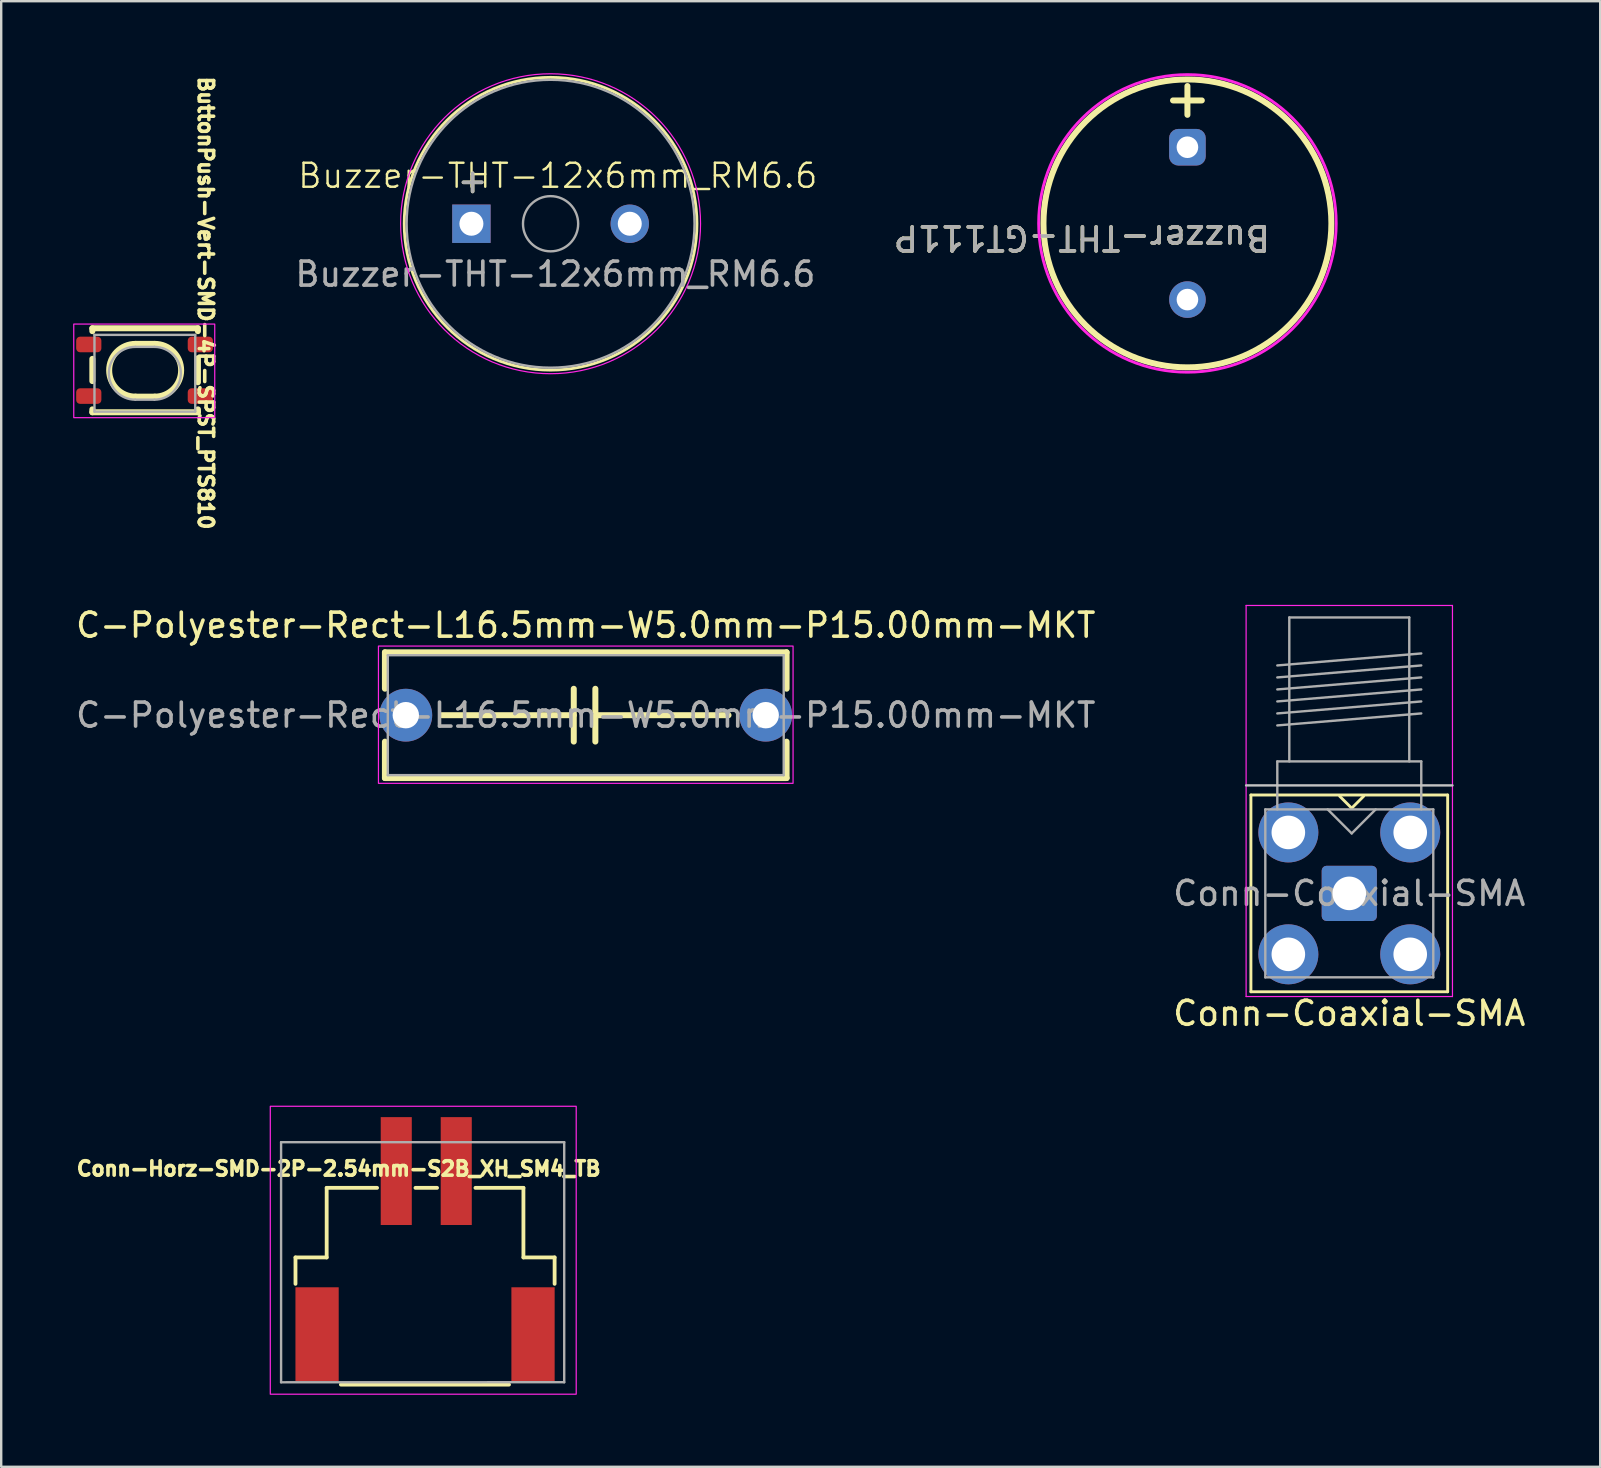
<source format=kicad_pcb>
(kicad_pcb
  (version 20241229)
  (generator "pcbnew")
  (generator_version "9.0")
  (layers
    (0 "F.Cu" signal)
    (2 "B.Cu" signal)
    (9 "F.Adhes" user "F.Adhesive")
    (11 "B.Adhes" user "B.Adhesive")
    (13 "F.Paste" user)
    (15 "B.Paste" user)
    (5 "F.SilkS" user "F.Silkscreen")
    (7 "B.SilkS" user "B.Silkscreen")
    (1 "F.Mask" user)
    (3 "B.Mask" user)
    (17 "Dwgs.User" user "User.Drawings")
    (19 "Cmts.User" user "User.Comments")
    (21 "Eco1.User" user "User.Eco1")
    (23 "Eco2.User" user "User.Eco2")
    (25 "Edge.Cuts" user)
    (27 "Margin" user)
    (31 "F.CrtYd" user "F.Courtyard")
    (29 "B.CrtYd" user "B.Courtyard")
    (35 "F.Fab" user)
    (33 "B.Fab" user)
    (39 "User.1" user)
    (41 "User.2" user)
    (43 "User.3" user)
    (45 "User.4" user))
  (footprint "Buzzer-THT-GT111P"
    (layer "F.Cu")
    (at 46.439 6.261)
    (property "Reference" "Buzzer-THT-GT111P" (at -4.4 0.6 180) (unlocked yes) (layer "F.SilkS") (effects (font (size 1 1) (thickness 0.15))))
    (attr through_hole)
    (fp_line (start 0 -5.725) (end 0 -4.525) (stroke (width 0.25) (type solid)) (layer "F.SilkS"))
    (fp_line (start 0.6 -5.125) (end -0.6 -5.125) (stroke (width 0.25) (type solid)) (layer "F.SilkS"))
    (fp_circle (center 0 0) (end 6 0) (stroke (width 0.25) (type solid)) (fill no) (layer "F.SilkS"))
    (fp_circle (center 0 0) (end 6.2 0.1) (stroke (width 0.12) (type solid)) (fill no) (layer "F.CrtYd"))
    (fp_text user "${REFERENCE}" (at -4.4 0.6 180) (unlocked yes) (layer "F.Fab") (effects (font (size 1 1) (thickness 0.15))))
    (pad "1" thru_hole roundrect (at 0 -3.175) (size 1.524 1.524) (drill 0.9) (layers "*.Cu" "*.Mask") (roundrect_rratio 0.25))
    (pad "2" thru_hole circle (at 0 3.175) (size 1.524 1.524) (drill 0.9) (layers "*.Cu" "*.Mask")))
  (footprint "Conn-Horz-SMD-2P-2.54mm-S2B_XH_SM4_TB"
    (layer "F.Cu")
    (at 14.815 49.707)
    (property "Reference" "Conn-Horz-SMD-2P-2.54mm-S2B_XH_SM4_TB" (at -3.75 -4.05 0) (layer "F.SilkS") (effects (font (size 0.6 0.6) (thickness 0.15))))
    (attr smd)
    (fp_line (start -5.55 -0.35) (end -5.55 0.75) (stroke (width 0.159) (type solid)) (layer "F.SilkS"))
    (fp_line (start -5.55 -0.35) (end -4.25 -0.35) (stroke (width 0.159) (type solid)) (layer "F.SilkS"))
    (fp_line (start -4.25 -3.25) (end -2.15 -3.25) (stroke (width 0.159) (type solid)) (layer "F.SilkS"))
    (fp_line (start -4.25 -0.35) (end -4.25 -3.25) (stroke (width 0.159) (type solid)) (layer "F.SilkS"))
    (fp_line (start -3.658 4.95) (end 3.35 4.95) (stroke (width 0.159) (type solid)) (layer "F.SilkS"))
    (fp_line (start -0.55 -3.25) (end 0.35 -3.25) (stroke (width 0.159) (type solid)) (layer "F.SilkS"))
    (fp_line (start 3.95 -3.25) (end 1.95 -3.25) (stroke (width 0.159) (type solid)) (layer "F.SilkS"))
    (fp_line (start 3.95 -0.35) (end 3.95 -3.25) (stroke (width 0.159) (type solid)) (layer "F.SilkS"))
    (fp_line (start 5.25 -0.35) (end 3.95 -0.35) (stroke (width 0.159) (type solid)) (layer "F.SilkS"))
    (fp_line (start 5.25 -0.35) (end 5.25 0.75) (stroke (width 0.159) (type solid)) (layer "F.SilkS"))
    (fp_rect (start -6.6 -6.65) (end 6.15 5.35) (stroke (width 0.05) (type solid)) (fill no) (layer "F.CrtYd"))
    (fp_line (start -6.15 -5.154) (end -6.15 4.854) (stroke (width 0.1) (type solid)) (layer "F.Fab"))
    (fp_line (start -6.15 4.854) (end 5.65 4.85) (stroke (width 0.1) (type solid)) (layer "F.Fab"))
    (fp_line (start 5.65 -5.154) (end -6.15 -5.154) (stroke (width 0.1) (type solid)) (layer "F.Fab"))
    (fp_line (start 5.65 4.854) (end 5.65 -5.154) (stroke (width 0.1) (type solid)) (layer "F.Fab"))
    (pad "1" smd rect (at -1.35 -3.95) (size 1.295 4.496) (layers "F.Cu" "F.Mask" "F.Paste"))
    (pad "2" smd rect (at 1.15 -3.95) (size 1.295 4.496) (layers "F.Cu" "F.Mask" "F.Paste"))
    (pad "S" smd rect (at -4.65 2.85 90) (size 3.912 1.803) (layers "F.Cu" "F.Mask" "F.Paste"))
    (pad "S" smd rect (at 4.35 2.85 90) (size 3.912 1.803) (layers "F.Cu" "F.Mask" "F.Paste")))
  (footprint "Conn-Coaxial-SMA"
    (layer "F.Cu")
    (at 53.185 34.184)
    (property "Reference" "Conn-Coaxial-SMA" (at 0 5 0) (unlocked yes) (layer "F.SilkS") (effects (font (size 1 1) (thickness 0.15))))
    (attr through_hole)
    (fp_line (start -4.1 -4.1) (end -4.1 4.1) (stroke (width 0.12) (type solid)) (layer "F.SilkS"))
    (fp_line (start -4.1 -4.1) (end 4.1 -4.1) (stroke (width 0.12) (type solid)) (layer "F.SilkS"))
    (fp_line (start -4.1 4.1) (end 4.1 4.1) (stroke (width 0.12) (type solid)) (layer "F.SilkS"))
    (fp_line (start -0.4 -4.05) (end 0.1 -3.55) (stroke (width 0.12) (type solid)) (layer "F.SilkS"))
    (fp_line (start 0.1 -3.55) (end 0.6 -4.05) (stroke (width 0.12) (type solid)) (layer "F.SilkS"))
    (fp_line (start 4.1 -4.1) (end 4.1 4.1) (stroke (width 0.12) (type solid)) (layer "F.SilkS"))
    (fp_line (start 4.3 -4.5) (end -4.3 -4.5) (stroke (width 0.1) (type solid)) (layer "Dwgs.User"))
    (fp_line (start -4.3 -12) (end -4.3 4.3) (stroke (width 0.05) (type solid)) (layer "F.CrtYd"))
    (fp_line (start -4.3 -12) (end 4.3 -12) (stroke (width 0.05) (type solid)) (layer "F.CrtYd"))
    (fp_line (start 4.3 4.3) (end -4.3 4.3) (stroke (width 0.05) (type solid)) (layer "F.CrtYd"))
    (fp_line (start 4.3 4.3) (end 4.3 -12) (stroke (width 0.05) (type solid)) (layer "F.CrtYd"))
    (fp_line (start -3.5 -3.5) (end -3.5 3.5) (stroke (width 0.1) (type solid)) (layer "F.Fab"))
    (fp_line (start -3.5 -3.5) (end 3.5 -3.5) (stroke (width 0.1) (type solid)) (layer "F.Fab"))
    (fp_line (start -3.5 3.5) (end 3.5 3.5) (stroke (width 0.1) (type solid)) (layer "F.Fab"))
    (fp_line (start -3 -9.5) (end 3 -10) (stroke (width 0.1) (type solid)) (layer "F.Fab"))
    (fp_line (start -3 -9) (end 3 -9.5) (stroke (width 0.1) (type solid)) (layer "F.Fab"))
    (fp_line (start -3 -8.5) (end 3 -9) (stroke (width 0.1) (type solid)) (layer "F.Fab"))
    (fp_line (start -3 -8) (end 3 -8.5) (stroke (width 0.1) (type solid)) (layer "F.Fab"))
    (fp_line (start -3 -7.5) (end 3 -8) (stroke (width 0.1) (type solid)) (layer "F.Fab"))
    (fp_line (start -3 -7) (end 3 -7.5) (stroke (width 0.1) (type solid)) (layer "F.Fab"))
    (fp_line (start -3 -5.5) (end -3 -3.5) (stroke (width 0.1) (type solid)) (layer "F.Fab"))
    (fp_line (start -2.5 -11.5) (end -2.5 -5.5) (stroke (width 0.1) (type solid)) (layer "F.Fab"))
    (fp_line (start -2.5 -11.5) (end 2.5 -11.5) (stroke (width 0.1) (type solid)) (layer "F.Fab"))
    (fp_line (start 0.1 -2.5) (end -0.9 -3.5) (stroke (width 0.1) (type solid)) (layer "F.Fab"))
    (fp_line (start 1.1 -3.5) (end 0.1 -2.5) (stroke (width 0.1) (type solid)) (layer "F.Fab"))
    (fp_line (start 2.5 -11.5) (end 2.5 -5.5) (stroke (width 0.1) (type solid)) (layer "F.Fab"))
    (fp_line (start 3 -5.5) (end -3 -5.5) (stroke (width 0.1) (type solid)) (layer "F.Fab"))
    (fp_line (start 3 -5.5) (end 3 -3.5) (stroke (width 0.1) (type solid)) (layer "F.Fab"))
    (fp_line (start 3.5 -3.5) (end 3.5 3.5) (stroke (width 0.1) (type solid)) (layer "F.Fab"))
    (fp_text user "${REFERENCE}" (at 0 0 0) (unlocked yes) (layer "F.Fab") (effects (font (size 1 1) (thickness 0.15))))
    (pad "1" thru_hole roundrect (at 0 0) (size 2.3 2.3) (drill 1.4) (layers "*.Cu" "*.Mask") (remove_unused_layers yes) (keep_end_layers yes) (zone_layer_connections) (roundrect_rratio 0.087))
    (pad "2" thru_hole circle (at -2.54 -2.54) (size 2.5 2.5) (drill 1.4) (layers "*.Cu" "*.Mask") (remove_unused_layers yes) (keep_end_layers yes) (zone_layer_connections))
    (pad "2" thru_hole circle (at -2.54 2.54) (size 2.5 2.5) (drill 1.4) (layers "*.Cu" "*.Mask") (remove_unused_layers yes) (keep_end_layers yes) (zone_layer_connections))
    (pad "2" thru_hole circle (at 2.54 -2.54) (size 2.5 2.5) (drill 1.4) (layers "*.Cu" "*.Mask") (remove_unused_layers yes) (keep_end_layers yes) (zone_layer_connections))
    (pad "2" thru_hole circle (at 2.54 2.54) (size 2.5 2.5) (drill 1.4) (layers "*.Cu" "*.Mask") (remove_unused_layers yes) (keep_end_layers yes) (zone_layer_connections)))
  (footprint "Buzzer-THT-12x6mm_RM6.6"
    (layer "F.Cu")
    (at 19.897 6.275)
    (property "Reference" "Buzzer-THT-12x6mm_RM6.6" (at 0.3 -2 0) (unlocked yes) (layer "F.SilkS") (effects (font (size 1 1) (thickness 0.1))))
    (attr through_hole)
    (fp_circle (center 0 0) (end 6.1 0) (stroke (width 0.12) (type solid)) (fill no) (layer "F.SilkS"))
    (fp_circle (center 0 0) (end 6.25 0) (stroke (width 0.05) (type solid)) (fill no) (layer "F.CrtYd"))
    (fp_circle (center 0 0) (end 1.15 0) (stroke (width 0.1) (type solid)) (fill no) (layer "F.Fab"))
    (fp_circle (center 0 0) (end 6 0) (stroke (width 0.1) (type solid)) (fill no) (layer "F.Fab"))
    (fp_text user "+" (at -3.25 -1.8 0) (layer "F.SilkS") (effects (font (size 1 1) (thickness 0.15))))
    (fp_text user "+" (at -3.25 -1.8 0) (layer "F.Fab") (effects (font (size 1 1) (thickness 0.15))))
    (fp_text user "${REFERENCE}" (at 0.2 2.1 0) (unlocked yes) (layer "F.Fab") (effects (font (size 1 1) (thickness 0.15))))
    (pad "1" thru_hole rect (at -3.3 0) (size 1.6 1.6) (drill 1) (layers "*.Cu" "*.Mask"))
    (pad "2" thru_hole circle (at 3.3 0) (size 1.6 1.6) (drill 1) (layers "*.Cu" "*.Mask")))
  (footprint "C-Polyester-Rect-L16.5mm-W5.0mm-P15.00mm-MKT"
    (layer "F.Cu")
    (at 13.863 26.757)
    (property "Reference" "C-Polyester-Rect-L16.5mm-W5.0mm-P15.00mm-MKT" (at 7.5 -3.75 0) (layer "F.SilkS") (effects (font (size 1 1) (thickness 0.15))))
    (attr through_hole)
    (fp_line (start -0.87 -2.62) (end -0.87 -1.104) (stroke (width 0.25) (type solid)) (layer "F.SilkS"))
    (fp_line (start -0.87 -2.62) (end 15.87 -2.62) (stroke (width 0.25) (type solid)) (layer "F.SilkS"))
    (fp_line (start -0.87 1.104) (end -0.87 2.62) (stroke (width 0.25) (type solid)) (layer "F.SilkS"))
    (fp_line (start -0.87 2.62) (end 15.87 2.62) (stroke (width 0.25) (type solid)) (layer "F.SilkS"))
    (fp_line (start 1.5 0) (end 7 0) (stroke (width 0.25) (type solid)) (layer "F.SilkS"))
    (fp_line (start 7 -1.1) (end 7 1.1) (stroke (width 0.25) (type solid)) (layer "F.SilkS"))
    (fp_line (start 7.9 -1.1) (end 7.9 1.1) (stroke (width 0.25) (type solid)) (layer "F.SilkS"))
    (fp_line (start 13.45 0) (end 7.9 0) (stroke (width 0.25) (type solid)) (layer "F.SilkS"))
    (fp_line (start 15.87 -2.62) (end 15.87 -1.104) (stroke (width 0.25) (type solid)) (layer "F.SilkS"))
    (fp_line (start 15.87 1.104) (end 15.87 2.62) (stroke (width 0.25) (type solid)) (layer "F.SilkS"))
    (fp_rect (start -1.14 -2.88) (end 16.14 2.84) (stroke (width 0.05) (type solid)) (fill no) (layer "F.CrtYd"))
    (fp_line (start -0.75 -2.5) (end -0.75 2.5) (stroke (width 0.1) (type solid)) (layer "F.Fab"))
    (fp_line (start -0.75 2.5) (end 15.75 2.5) (stroke (width 0.1) (type solid)) (layer "F.Fab"))
    (fp_line (start 15.75 -2.5) (end -0.75 -2.5) (stroke (width 0.1) (type solid)) (layer "F.Fab"))
    (fp_line (start 15.75 2.5) (end 15.75 -2.5) (stroke (width 0.1) (type solid)) (layer "F.Fab"))
    (fp_text user "${REFERENCE}" (at 7.5 0 0) (layer "F.Fab") (effects (font (size 1 1) (thickness 0.15))))
    (pad "1" thru_hole circle (at 0 0) (size 2.2 2.2) (drill 1.1) (layers "*.Cu" "*.Mask"))
    (pad "2" thru_hole circle (at 15 0) (size 2.2 2.2) (drill 1.1) (layers "*.Cu" "*.Mask")))
  (footprint "ButtonPush-Vert-SMD-4P-SPST_PTS810"
    (layer "F.Cu")
    (at 2.962 12.407)
    (property "Reference" "ButtonPush-Vert-SMD-4P-SPST_PTS810" (at 2.562 -2.828 270) (unlocked yes) (layer "F.SilkS") (effects (font (size 0.6 0.6) (thickness 0.15))))
    (attr smd)
    (fp_line (start -2.163 -1.775) (end -2.163 -1.655) (stroke (width 0.25) (type solid)) (layer "F.SilkS"))
    (fp_line (start -2.163 -0.5) (end -2.163 0.425) (stroke (width 0.25) (type solid)) (layer "F.SilkS"))
    (fp_line (start -2.163 1.605) (end -2.163 1.725) (stroke (width 0.25) (type solid)) (layer "F.SilkS"))
    (fp_line (start -2.163 1.725) (end 2.237 1.725) (stroke (width 0.25) (type solid)) (layer "F.SilkS"))
    (fp_line (start -0.362 -1.125) (end 0.438 -1.125) (stroke (width 0.25) (type solid)) (layer "F.SilkS"))
    (fp_line (start 0.438 1.075) (end -0.362 1.075) (stroke (width 0.25) (type solid)) (layer "F.SilkS"))
    (fp_line (start 2.237 -1.775) (end -2.163 -1.775) (stroke (width 0.25) (type solid)) (layer "F.SilkS"))
    (fp_line (start 2.237 -1.655) (end 2.237 -1.775) (stroke (width 0.25) (type solid)) (layer "F.SilkS"))
    (fp_line (start 2.237 0.475) (end 2.237 -0.525) (stroke (width 0.25) (type solid)) (layer "F.SilkS"))
    (fp_line (start 2.237 1.725) (end 2.237 1.605) (stroke (width 0.25) (type solid)) (layer "F.SilkS"))
    (fp_arc (start -0.3625 1.075) (mid -1.4625 -0.025) (end -0.3625 -1.125) (stroke (width 0.25) (type solid)) (layer "F.SilkS"))
    (fp_arc (start 0.4375 -1.125) (mid 1.5375 -0.025) (end 0.4375 1.075) (stroke (width 0.25) (type solid)) (layer "F.SilkS"))
    (fp_rect (start -2.938 -1.95) (end 2.938 1.95) (stroke (width 0.05) (type solid)) (fill no) (layer "F.CrtYd"))
    (fp_line (start -2.075 -1.5) (end -2.075 1.7) (stroke (width 0.1) (type solid)) (layer "F.Fab"))
    (fp_line (start -2.075 1.7) (end 2.125 1.7) (stroke (width 0.1) (type solid)) (layer "F.Fab"))
    (fp_line (start -0.375 -1) (end 0.425 -1) (stroke (width 0.1) (type solid)) (layer "F.Fab"))
    (fp_line (start 0.425 1.2) (end -0.375 1.2) (stroke (width 0.1) (type solid)) (layer "F.Fab"))
    (fp_line (start 2.125 -1.5) (end -2.075 -1.5) (stroke (width 0.1) (type solid)) (layer "F.Fab"))
    (fp_line (start 2.125 1.7) (end 2.125 -1.5) (stroke (width 0.1) (type solid)) (layer "F.Fab"))
    (fp_arc (start -0.375 1.2) (mid -1.475 0.1) (end -0.375 -1) (stroke (width 0.1) (type solid)) (layer "F.Fab"))
    (fp_arc (start 0.425 -1) (mid 1.525 0.1) (end 0.425 1.2) (stroke (width 0.1) (type solid)) (layer "F.Fab"))
    (pad "1" smd roundrect (at -2.312 -1.1) (size 1.05 0.65) (layers "F.Cu" "F.Mask" "F.Paste") (roundrect_rratio 0.25))
    (pad "1" smd roundrect (at 2.337 -1.1) (size 1.05 0.65) (layers "F.Cu" "F.Mask" "F.Paste") (roundrect_rratio 0.25))
    (pad "2" smd roundrect (at -2.312 1.05) (size 1.05 0.65) (layers "F.Cu" "F.Mask" "F.Paste") (roundrect_rratio 0.25))
    (pad "2" smd roundrect (at 2.337 1.05) (size 1.05 0.65) (layers "F.Cu" "F.Mask" "F.Paste") (roundrect_rratio 0.25)))
  (gr_rect
    (start -3 -3)
    (end 63.643 58.082)
    (stroke (width 0.1) (type default))
    (fill no)
    (layer "Edge.Cuts")))
</source>
